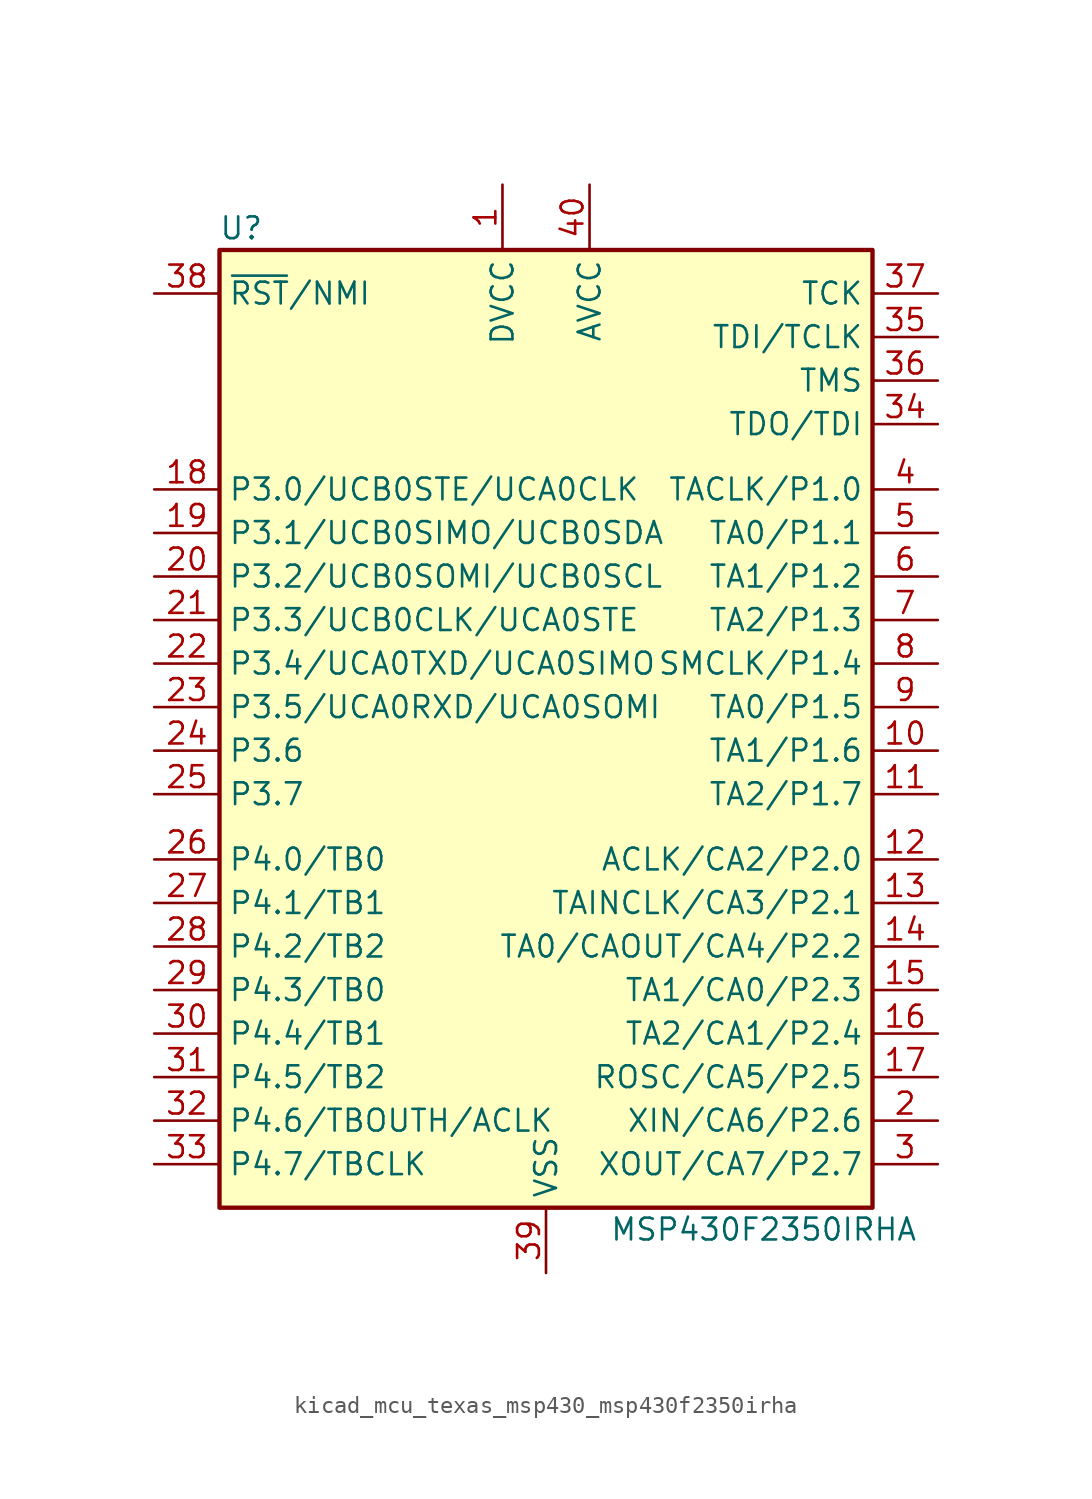
<source format=kicad_sym>
(kicad_symbol_lib
  (version 20220914)
  (generator kicad_symbol_editor)
  (symbol "kicad_mcu_texas_msp430_msp430f2350irha"
    (property "Reference" "U"
      (at -17.78 29.21 0)
      (effects (font (size 1.27 1.27))))
    (property "Value" "MSP430F2350IRHA"
      (at 12.7 -29.21 0)
      (effects (font (size 1.27 1.27))))
    (symbol "kicad_mcu_texas_msp430_msp430f2350irha_0_1"
      (rectangle (start -19.05 27.94) (end 19.05 -27.94) (stroke (width 0.254) (type default)) (fill (type background))))
    (symbol "kicad_mcu_texas_msp430_msp430f2350irha_1_1"
      (pin power_in line (at -2.54 31.75 270) (length 3.81) (name "DVCC" (effects (font (size 1.27 1.27)))) (number "1" (effects (font (size 1.27 1.27)))))
      (pin bidirectional line (at 22.86 -1.27 180) (length 3.81) (name "TA1/P1.6" (effects (font (size 1.27 1.27)))) (number "10" (effects (font (size 1.27 1.27)))))
      (pin bidirectional line (at 22.86 -3.81 180) (length 3.81) (name "TA2/P1.7" (effects (font (size 1.27 1.27)))) (number "11" (effects (font (size 1.27 1.27)))))
      (pin bidirectional line (at 22.86 -7.62 180) (length 3.81) (name "ACLK/CA2/P2.0" (effects (font (size 1.27 1.27)))) (number "12" (effects (font (size 1.27 1.27)))))
      (pin bidirectional line (at 22.86 -10.16 180) (length 3.81) (name "TAINCLK/CA3/P2.1" (effects (font (size 1.27 1.27)))) (number "13" (effects (font (size 1.27 1.27)))))
      (pin bidirectional line (at 22.86 -12.7 180) (length 3.81) (name "TA0/CAOUT/CA4/P2.2" (effects (font (size 1.27 1.27)))) (number "14" (effects (font (size 1.27 1.27)))))
      (pin bidirectional line (at 22.86 -15.24 180) (length 3.81) (name "TA1/CA0/P2.3" (effects (font (size 1.27 1.27)))) (number "15" (effects (font (size 1.27 1.27)))))
      (pin bidirectional line (at 22.86 -17.78 180) (length 3.81) (name "TA2/CA1/P2.4" (effects (font (size 1.27 1.27)))) (number "16" (effects (font (size 1.27 1.27)))))
      (pin bidirectional line (at 22.86 -20.32 180) (length 3.81) (name "ROSC/CA5/P2.5" (effects (font (size 1.27 1.27)))) (number "17" (effects (font (size 1.27 1.27)))))
      (pin bidirectional line (at -22.86 13.97 0) (length 3.81) (name "P3.0/UCB0STE/UCA0CLK" (effects (font (size 1.27 1.27)))) (number "18" (effects (font (size 1.27 1.27)))))
      (pin bidirectional line (at -22.86 11.43 0) (length 3.81) (name "P3.1/UCB0SIMO/UCB0SDA" (effects (font (size 1.27 1.27)))) (number "19" (effects (font (size 1.27 1.27)))))
      (pin bidirectional line (at 22.86 -22.86 180) (length 3.81) (name "XIN/CA6/P2.6" (effects (font (size 1.27 1.27)))) (number "2" (effects (font (size 1.27 1.27)))))
      (pin bidirectional line (at -22.86 8.89 0) (length 3.81) (name "P3.2/UCB0SOMI/UCB0SCL" (effects (font (size 1.27 1.27)))) (number "20" (effects (font (size 1.27 1.27)))))
      (pin bidirectional line (at -22.86 6.35 0) (length 3.81) (name "P3.3/UCB0CLK/UCA0STE" (effects (font (size 1.27 1.27)))) (number "21" (effects (font (size 1.27 1.27)))))
      (pin bidirectional line (at -22.86 3.81 0) (length 3.81) (name "P3.4/UCA0TXD/UCA0SIMO" (effects (font (size 1.27 1.27)))) (number "22" (effects (font (size 1.27 1.27)))))
      (pin bidirectional line (at -22.86 1.27 0) (length 3.81) (name "P3.5/UCA0RXD/UCA0SOMI" (effects (font (size 1.27 1.27)))) (number "23" (effects (font (size 1.27 1.27)))))
      (pin bidirectional line (at -22.86 -1.27 0) (length 3.81) (name "P3.6" (effects (font (size 1.27 1.27)))) (number "24" (effects (font (size 1.27 1.27)))))
      (pin bidirectional line (at -22.86 -3.81 0) (length 3.81) (name "P3.7" (effects (font (size 1.27 1.27)))) (number "25" (effects (font (size 1.27 1.27)))))
      (pin bidirectional line (at -22.86 -7.62 0) (length 3.81) (name "P4.0/TB0" (effects (font (size 1.27 1.27)))) (number "26" (effects (font (size 1.27 1.27)))))
      (pin bidirectional line (at -22.86 -10.16 0) (length 3.81) (name "P4.1/TB1" (effects (font (size 1.27 1.27)))) (number "27" (effects (font (size 1.27 1.27)))))
      (pin bidirectional line (at -22.86 -12.7 0) (length 3.81) (name "P4.2/TB2" (effects (font (size 1.27 1.27)))) (number "28" (effects (font (size 1.27 1.27)))))
      (pin bidirectional line (at -22.86 -15.24 0) (length 3.81) (name "P4.3/TB0" (effects (font (size 1.27 1.27)))) (number "29" (effects (font (size 1.27 1.27)))))
      (pin bidirectional line (at 22.86 -25.4 180) (length 3.81) (name "XOUT/CA7/P2.7" (effects (font (size 1.27 1.27)))) (number "3" (effects (font (size 1.27 1.27)))))
      (pin bidirectional line (at -22.86 -17.78 0) (length 3.81) (name "P4.4/TB1" (effects (font (size 1.27 1.27)))) (number "30" (effects (font (size 1.27 1.27)))))
      (pin bidirectional line (at -22.86 -20.32 0) (length 3.81) (name "P4.5/TB2" (effects (font (size 1.27 1.27)))) (number "31" (effects (font (size 1.27 1.27)))))
      (pin bidirectional line (at -22.86 -22.86 0) (length 3.81) (name "P4.6/TBOUTH/ACLK" (effects (font (size 1.27 1.27)))) (number "32" (effects (font (size 1.27 1.27)))))
      (pin bidirectional line (at -22.86 -25.4 0) (length 3.81) (name "P4.7/TBCLK" (effects (font (size 1.27 1.27)))) (number "33" (effects (font (size 1.27 1.27)))))
      (pin bidirectional line (at 22.86 17.78 180) (length 3.81) (name "TDO/TDI" (effects (font (size 1.27 1.27)))) (number "34" (effects (font (size 1.27 1.27)))))
      (pin input line (at 22.86 22.86 180) (length 3.81) (name "TDI/TCLK" (effects (font (size 1.27 1.27)))) (number "35" (effects (font (size 1.27 1.27)))))
      (pin input line (at 22.86 20.32 180) (length 3.81) (name "TMS" (effects (font (size 1.27 1.27)))) (number "36" (effects (font (size 1.27 1.27)))))
      (pin input line (at 22.86 25.4 180) (length 3.81) (name "TCK" (effects (font (size 1.27 1.27)))) (number "37" (effects (font (size 1.27 1.27)))))
      (pin input line (at -22.86 25.4 0) (length 3.81) (name "~{RST}/NMI" (effects (font (size 1.27 1.27)))) (number "38" (effects (font (size 1.27 1.27)))))
      (pin power_in line (at 0 -31.75 90) (length 3.81) (name "VSS" (effects (font (size 1.27 1.27)))) (number "39" (effects (font (size 1.27 1.27)))))
      (pin bidirectional line (at 22.86 13.97 180) (length 3.81) (name "TACLK/P1.0" (effects (font (size 1.27 1.27)))) (number "4" (effects (font (size 1.27 1.27)))))
      (pin power_in line (at 2.54 31.75 270) (length 3.81) (name "AVCC" (effects (font (size 1.27 1.27)))) (number "40" (effects (font (size 1.27 1.27)))))
      (pin bidirectional line (at 22.86 11.43 180) (length 3.81) (name "TA0/P1.1" (effects (font (size 1.27 1.27)))) (number "5" (effects (font (size 1.27 1.27)))))
      (pin bidirectional line (at 22.86 8.89 180) (length 3.81) (name "TA1/P1.2" (effects (font (size 1.27 1.27)))) (number "6" (effects (font (size 1.27 1.27)))))
      (pin bidirectional line (at 22.86 6.35 180) (length 3.81) (name "TA2/P1.3" (effects (font (size 1.27 1.27)))) (number "7" (effects (font (size 1.27 1.27)))))
      (pin bidirectional line (at 22.86 3.81 180) (length 3.81) (name "SMCLK/P1.4" (effects (font (size 1.27 1.27)))) (number "8" (effects (font (size 1.27 1.27)))))
      (pin bidirectional line (at 22.86 1.27 180) (length 3.81) (name "TA0/P1.5" (effects (font (size 1.27 1.27)))) (number "9" (effects (font (size 1.27 1.27))))))))
</source>
